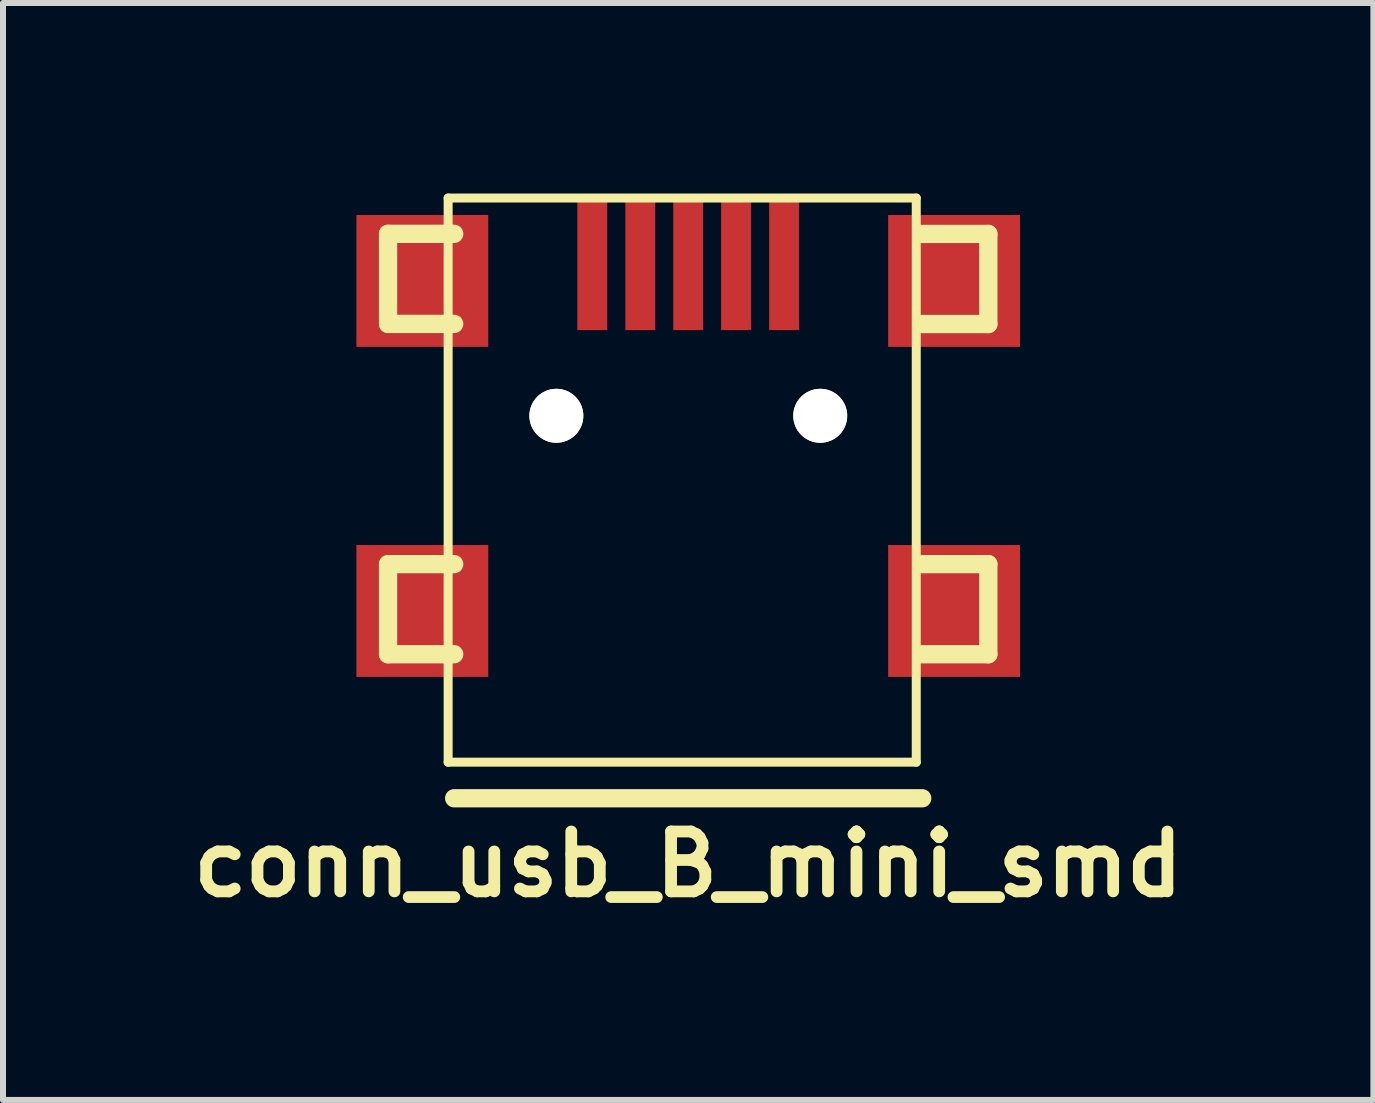
<source format=kicad_pcb>
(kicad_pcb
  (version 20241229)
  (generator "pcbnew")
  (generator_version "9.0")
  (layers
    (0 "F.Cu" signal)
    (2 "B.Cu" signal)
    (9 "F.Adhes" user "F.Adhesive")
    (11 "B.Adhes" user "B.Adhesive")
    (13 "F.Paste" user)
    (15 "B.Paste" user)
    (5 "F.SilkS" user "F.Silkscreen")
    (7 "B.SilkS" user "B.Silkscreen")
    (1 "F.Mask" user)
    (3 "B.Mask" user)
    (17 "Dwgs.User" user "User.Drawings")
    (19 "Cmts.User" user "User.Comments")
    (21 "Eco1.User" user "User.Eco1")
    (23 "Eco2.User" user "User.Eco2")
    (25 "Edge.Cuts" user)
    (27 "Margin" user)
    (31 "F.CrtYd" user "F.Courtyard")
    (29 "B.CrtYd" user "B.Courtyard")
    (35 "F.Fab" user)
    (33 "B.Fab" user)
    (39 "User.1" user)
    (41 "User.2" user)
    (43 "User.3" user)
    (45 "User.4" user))
  (footprint "conn_usb_B_mini_smd"
    (layer "F.Cu")
    (at 4.417 0.25)
    (property "Reference" "conn_usb_B_mini_smd" (at 4 11.101 0) (layer "F.SilkS") (effects (font (size 0.998 0.998) (thickness 0.196))))
    (attr through_hole)
    (fp_line (start -1.001 0.596) (end -1.001 2.097) (stroke (width 0.305) (type solid)) (layer "F.SilkS"))
    (fp_line (start -1.001 2.097) (end 0.101 2.097) (stroke (width 0.305) (type solid)) (layer "F.SilkS"))
    (fp_line (start -1.001 6.1) (end -1.001 7.601) (stroke (width 0.305) (type solid)) (layer "F.SilkS"))
    (fp_line (start -1.001 7.601) (end 0.101 7.601) (stroke (width 0.305) (type solid)) (layer "F.SilkS"))
    (fp_line (start 0 0) (end 0 9.4) (stroke (width 0.15) (type solid)) (layer "F.SilkS"))
    (fp_line (start 0 0) (end 7.8 0) (stroke (width 0.15) (type solid)) (layer "F.SilkS"))
    (fp_line (start 0.101 0.596) (end -1.001 0.596) (stroke (width 0.305) (type solid)) (layer "F.SilkS"))
    (fp_line (start 0.101 6.1) (end -1.001 6.1) (stroke (width 0.305) (type solid)) (layer "F.SilkS"))
    (fp_line (start 0.101 10.001) (end 7.899 10.001) (stroke (width 0.305) (type solid)) (layer "F.SilkS"))
    (fp_line (start 7.8 0) (end 7.8 9.4) (stroke (width 0.15) (type solid)) (layer "F.SilkS"))
    (fp_line (start 7.8 9.4) (end 0 9.4) (stroke (width 0.15) (type solid)) (layer "F.SilkS"))
    (fp_line (start 7.899 0.598) (end 9.001 0.598) (stroke (width 0.305) (type solid)) (layer "F.SilkS"))
    (fp_line (start 7.899 6.1) (end 9.001 6.1) (stroke (width 0.305) (type solid)) (layer "F.SilkS"))
    (fp_line (start 9.001 0.598) (end 9.001 2.099) (stroke (width 0.305) (type solid)) (layer "F.SilkS"))
    (fp_line (start 9.001 2.099) (end 7.899 2.099) (stroke (width 0.305) (type solid)) (layer "F.SilkS"))
    (fp_line (start 9.001 6.1) (end 9.001 7.601) (stroke (width 0.305) (type solid)) (layer "F.SilkS"))
    (fp_line (start 9.001 7.601) (end 7.899 7.601) (stroke (width 0.305) (type solid)) (layer "F.SilkS"))
    (pad "" smd rect (at -0.43 1.381) (size 2.197 2.197) (layers "F.Cu" "F.Mask" "F.Paste"))
    (pad "" smd rect (at -0.43 6.88) (size 2.197 2.197) (layers "F.Cu" "F.Mask" "F.Paste"))
    (pad "" np_thru_hole circle (at 1.803 3.628) (size 0.899 0.899) (drill 0.899) (layers "*.Cu" "*.Mask" "F.SilkS"))
    (pad "" np_thru_hole circle (at 6.2 3.628) (size 0.899 0.899) (drill 0.899) (layers "*.Cu" "*.Mask" "F.SilkS"))
    (pad "" smd rect (at 8.43 1.381) (size 2.197 2.197) (layers "F.Cu" "F.Mask" "F.Paste"))
    (pad "" smd rect (at 8.43 6.88) (size 2.197 2.197) (layers "F.Cu" "F.Mask" "F.Paste"))
    (pad "1" smd rect (at 2.402 1.101) (size 0.498 2.197) (layers "F.Cu" "F.Mask" "F.Paste"))
    (pad "2" smd rect (at 3.202 1.101) (size 0.498 2.197) (layers "F.Cu" "F.Mask" "F.Paste"))
    (pad "3" smd rect (at 4 1.101) (size 0.498 2.197) (layers "F.Cu" "F.Mask" "F.Paste"))
    (pad "4" smd rect (at 4.798 1.101) (size 0.498 2.197) (layers "F.Cu" "F.Mask" "F.Paste"))
    (pad "5" smd rect (at 5.598 1.101) (size 0.498 2.197) (layers "F.Cu" "F.Mask" "F.Paste")))
  (gr_rect
    (start -3 -3)
    (end 19.834 15.278)
    (stroke (width 0.1) (type default))
    (fill no)
    (layer "Edge.Cuts")))
</source>
